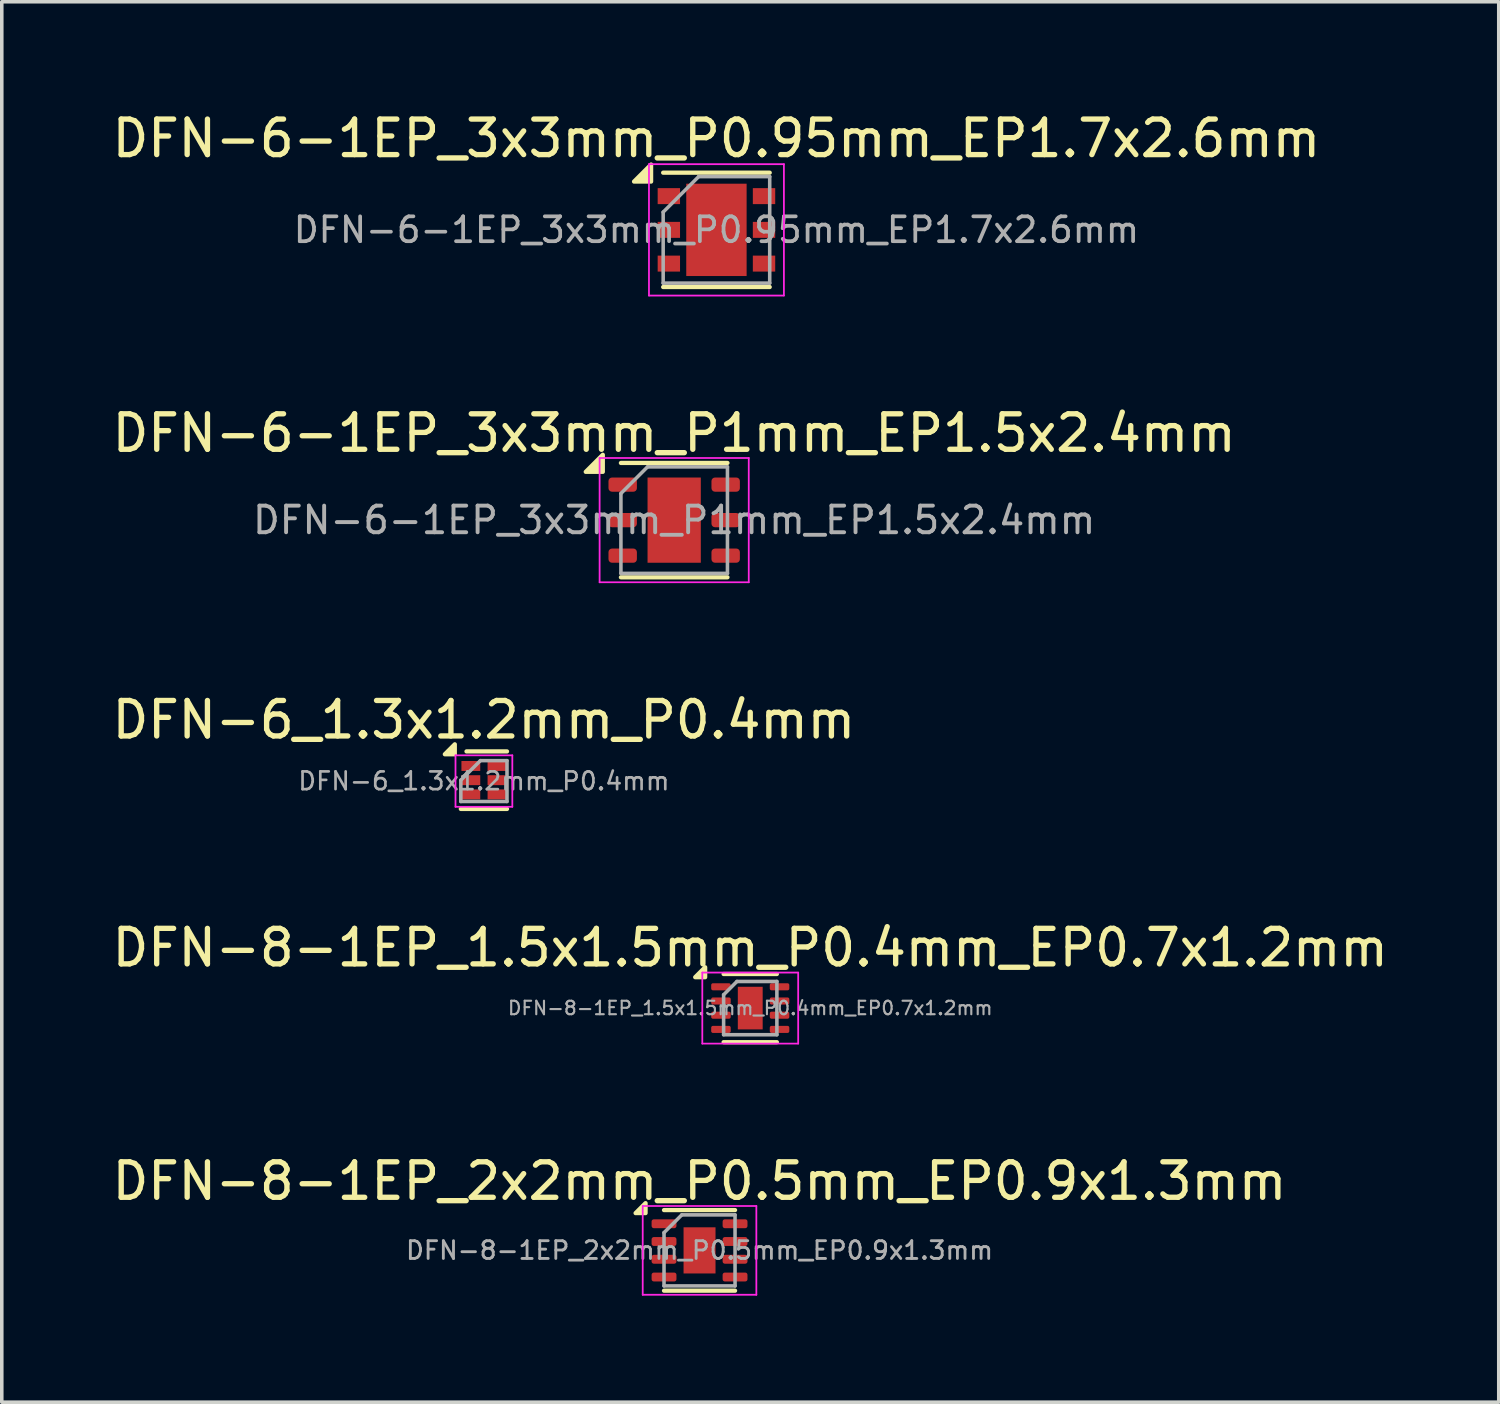
<source format=kicad_pcb>
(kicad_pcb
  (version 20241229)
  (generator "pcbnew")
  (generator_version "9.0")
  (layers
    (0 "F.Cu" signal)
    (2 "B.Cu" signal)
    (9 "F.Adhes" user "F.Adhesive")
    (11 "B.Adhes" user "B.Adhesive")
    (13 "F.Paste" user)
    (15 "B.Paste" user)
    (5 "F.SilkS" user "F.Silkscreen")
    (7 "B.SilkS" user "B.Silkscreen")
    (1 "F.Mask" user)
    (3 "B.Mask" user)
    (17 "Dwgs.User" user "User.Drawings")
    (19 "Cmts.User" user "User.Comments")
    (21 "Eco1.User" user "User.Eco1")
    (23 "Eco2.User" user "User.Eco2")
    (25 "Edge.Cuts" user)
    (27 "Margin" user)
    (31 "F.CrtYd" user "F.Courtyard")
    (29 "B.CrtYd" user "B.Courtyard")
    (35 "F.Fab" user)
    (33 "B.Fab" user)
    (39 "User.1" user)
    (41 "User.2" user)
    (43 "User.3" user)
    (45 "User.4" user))
  (footprint "DFN-6_1.3x1.2mm_P0.4mm"
    (layer "F.Cu")
    (at 10.577 18.92)
    (property "Reference" "DFN-6_1.3x1.2mm_P0.4mm" (at 0 -1.7 0) (layer "F.SilkS") (effects (font (size 1 1) (thickness 0.15))))
    (attr smd)
    (fp_line (start -0.65 0.81) (end 0.65 0.81) (stroke (width 0.12) (type solid)) (layer "F.SilkS"))
    (fp_line (start -0.49 -0.81) (end 0.65 -0.81) (stroke (width 0.12) (type solid)) (layer "F.SilkS"))
    (fp_poly (pts (xy -0.82 -0.73) (xy -1.1 -0.73) (xy -0.82 -1.01) (xy -0.82 -0.73)) (stroke (width 0.12) (type solid)) (fill yes) (layer "F.SilkS"))
    (fp_line (start -0.8 -0.7) (end -0.8 0.75) (stroke (width 0.05) (type solid)) (layer "F.CrtYd"))
    (fp_line (start -0.8 -0.7) (end 0.8 -0.7) (stroke (width 0.05) (type solid)) (layer "F.CrtYd"))
    (fp_line (start 0.8 0.75) (end -0.8 0.75) (stroke (width 0.05) (type solid)) (layer "F.CrtYd"))
    (fp_line (start 0.8 0.75) (end 0.8 -0.7) (stroke (width 0.05) (type solid)) (layer "F.CrtYd"))
    (fp_line (start -0.65 0) (end -0.65 0.6) (stroke (width 0.1) (type solid)) (layer "F.Fab"))
    (fp_line (start -0.65 0.6) (end 0.65 0.6) (stroke (width 0.1) (type solid)) (layer "F.Fab"))
    (fp_line (start -0.1 -0.55) (end -0.65 0) (stroke (width 0.1) (type solid)) (layer "F.Fab"))
    (fp_line (start 0.65 -0.55) (end -0.1 -0.55) (stroke (width 0.1) (type solid)) (layer "F.Fab"))
    (fp_line (start 0.65 0.6) (end 0.65 -0.55) (stroke (width 0.1) (type solid)) (layer "F.Fab"))
    (fp_text user "${REFERENCE}" (at 0 0.025 0) (layer "F.Fab") (effects (font (size 0.5 0.5) (thickness 0.075))))
    (pad "1" smd rect (at -0.368 -0.4) (size 0.53 0.28) (layers "F.Cu" "F.Mask" "F.Paste"))
    (pad "2" smd rect (at -0.368 0) (size 0.53 0.28) (layers "F.Cu" "F.Mask" "F.Paste"))
    (pad "3" smd rect (at -0.368 0.4) (size 0.53 0.28) (layers "F.Cu" "F.Mask" "F.Paste"))
    (pad "4" smd rect (at 0.368 0.4) (size 0.53 0.28) (layers "F.Cu" "F.Mask" "F.Paste"))
    (pad "5" smd rect (at 0.368 0) (size 0.53 0.28) (layers "F.Cu" "F.Mask" "F.Paste"))
    (pad "6" smd rect (at 0.368 -0.4) (size 0.53 0.28) (layers "F.Cu" "F.Mask" "F.Paste")))
  (footprint "DFN-8-1EP_2x2mm_P0.5mm_EP0.9x1.3mm"
    (layer "F.Cu")
    (at 16.649 32.161)
    (property "Reference" "DFN-8-1EP_2x2mm_P0.5mm_EP0.9x1.3mm" (at 0 -1.95 0) (layer "F.SilkS") (effects (font (size 1 1) (thickness 0.15))))
    (attr smd)
    (fp_line (start -1 -1.135) (end 1 -1.135) (stroke (width 0.12) (type solid)) (layer "F.SilkS"))
    (fp_line (start -1 1.135) (end 1 1.135) (stroke (width 0.12) (type solid)) (layer "F.SilkS"))
    (fp_poly (pts (xy -1.52 -1.05) (xy -1.8 -1.05) (xy -1.52 -1.33) (xy -1.52 -1.05)) (stroke (width 0.12) (type solid)) (fill yes) (layer "F.SilkS"))
    (fp_line (start -1.6 -1.25) (end -1.6 1.25) (stroke (width 0.05) (type solid)) (layer "F.CrtYd"))
    (fp_line (start -1.6 1.25) (end 1.6 1.25) (stroke (width 0.05) (type solid)) (layer "F.CrtYd"))
    (fp_line (start 1.6 -1.25) (end -1.6 -1.25) (stroke (width 0.05) (type solid)) (layer "F.CrtYd"))
    (fp_line (start 1.6 1.25) (end 1.6 -1.25) (stroke (width 0.05) (type solid)) (layer "F.CrtYd"))
    (fp_line (start -1 -0.5) (end -0.5 -1) (stroke (width 0.1) (type solid)) (layer "F.Fab"))
    (fp_line (start -1 1) (end -1 -0.5) (stroke (width 0.1) (type solid)) (layer "F.Fab"))
    (fp_line (start -0.5 -1) (end 1 -1) (stroke (width 0.1) (type solid)) (layer "F.Fab"))
    (fp_line (start 1 -1) (end 1 1) (stroke (width 0.1) (type solid)) (layer "F.Fab"))
    (fp_line (start 1 1) (end -1 1) (stroke (width 0.1) (type solid)) (layer "F.Fab"))
    (fp_text user "${REFERENCE}" (at 0 0 0) (layer "F.Fab") (effects (font (size 0.5 0.5) (thickness 0.08))))
    (pad "" smd roundrect (at -0.225 -0.325) (size 0.36 0.52) (layers "F.Paste") (roundrect_rratio 0.25))
    (pad "" smd roundrect (at -0.225 0.325) (size 0.36 0.52) (layers "F.Paste") (roundrect_rratio 0.25))
    (pad "" smd roundrect (at 0.225 -0.325) (size 0.36 0.52) (layers "F.Paste") (roundrect_rratio 0.25))
    (pad "" smd roundrect (at 0.225 0.325) (size 0.36 0.52) (layers "F.Paste") (roundrect_rratio 0.25))
    (pad "1" smd roundrect (at -1 -0.75) (size 0.7 0.25) (layers "F.Cu" "F.Mask" "F.Paste") (roundrect_rratio 0.25))
    (pad "2" smd roundrect (at -1 -0.25) (size 0.7 0.25) (layers "F.Cu" "F.Mask" "F.Paste") (roundrect_rratio 0.25))
    (pad "3" smd roundrect (at -1 0.25) (size 0.7 0.25) (layers "F.Cu" "F.Mask" "F.Paste") (roundrect_rratio 0.25))
    (pad "4" smd roundrect (at -1 0.75) (size 0.7 0.25) (layers "F.Cu" "F.Mask" "F.Paste") (roundrect_rratio 0.25))
    (pad "5" smd roundrect (at 1 0.75) (size 0.7 0.25) (layers "F.Cu" "F.Mask" "F.Paste") (roundrect_rratio 0.25))
    (pad "6" smd roundrect (at 1 0.25) (size 0.7 0.25) (layers "F.Cu" "F.Mask" "F.Paste") (roundrect_rratio 0.25))
    (pad "7" smd roundrect (at 1 -0.25) (size 0.7 0.25) (layers "F.Cu" "F.Mask" "F.Paste") (roundrect_rratio 0.25))
    (pad "8" smd roundrect (at 1 -0.75) (size 0.7 0.25) (layers "F.Cu" "F.Mask" "F.Paste") (roundrect_rratio 0.25))
    (pad "9" smd rect (at 0 0) (size 0.9 1.3) (property pad_prop_heatsink) (layers "F.Cu" "F.Mask")))
  (footprint "DFN-6-1EP_3x3mm_P0.95mm_EP1.7x2.6mm"
    (layer "F.Cu")
    (at 17.125 3.423)
    (property "Reference" "DFN-6-1EP_3x3mm_P0.95mm_EP1.7x2.6mm" (at 0 -2.575 0) (layer "F.SilkS") (effects (font (size 1 1) (thickness 0.15))))
    (attr smd)
    (fp_line (start -1.5 -1.61) (end 1.5 -1.61) (stroke (width 0.12) (type solid)) (layer "F.SilkS"))
    (fp_line (start -1.5 1.61) (end 1.5 1.61) (stroke (width 0.12) (type solid)) (layer "F.SilkS"))
    (fp_poly (pts (xy -1.84 -1.36) (xy -2.32 -1.36) (xy -1.84 -1.84) (xy -1.84 -1.36)) (stroke (width 0.12) (type solid)) (fill yes) (layer "F.SilkS"))
    (fp_line (start -1.9 -1.85) (end -1.9 1.85) (stroke (width 0.05) (type solid)) (layer "F.CrtYd"))
    (fp_line (start -1.9 -1.85) (end 1.9 -1.85) (stroke (width 0.05) (type solid)) (layer "F.CrtYd"))
    (fp_line (start -1.9 1.85) (end 1.9 1.85) (stroke (width 0.05) (type solid)) (layer "F.CrtYd"))
    (fp_line (start 1.9 -1.85) (end 1.9 1.85) (stroke (width 0.05) (type solid)) (layer "F.CrtYd"))
    (fp_line (start -1.5 -0.5) (end -0.5 -1.5) (stroke (width 0.1) (type solid)) (layer "F.Fab"))
    (fp_line (start -1.5 1.5) (end -1.5 -0.5) (stroke (width 0.1) (type solid)) (layer "F.Fab"))
    (fp_line (start -0.5 -1.5) (end 1.5 -1.5) (stroke (width 0.1) (type solid)) (layer "F.Fab"))
    (fp_line (start 1.5 -1.5) (end 1.5 1.5) (stroke (width 0.1) (type solid)) (layer "F.Fab"))
    (fp_line (start 1.5 1.5) (end -1.5 1.5) (stroke (width 0.1) (type solid)) (layer "F.Fab"))
    (fp_text user "${REFERENCE}" (at 0 0 0) (layer "F.Fab") (effects (font (size 0.7 0.7) (thickness 0.105))))
    (pad "" smd rect (at -0.425 -0.866) (size 0.66 0.73) (layers "F.Paste"))
    (pad "" smd rect (at -0.425 0) (size 0.66 0.73) (layers "F.Paste"))
    (pad "" smd rect (at -0.425 0.866) (size 0.66 0.73) (layers "F.Paste"))
    (pad "" smd rect (at 0.425 -0.866) (size 0.66 0.73) (layers "F.Paste"))
    (pad "" smd rect (at 0.425 0) (size 0.66 0.73) (layers "F.Paste"))
    (pad "" smd rect (at 0.425 0.866) (size 0.66 0.73) (layers "F.Paste"))
    (pad "1" smd rect (at -1.34 -0.95) (size 0.63 0.45) (layers "F.Cu" "F.Mask" "F.Paste"))
    (pad "2" smd rect (at -1.34 0) (size 0.63 0.45) (layers "F.Cu" "F.Mask" "F.Paste"))
    (pad "3" smd rect (at -1.34 0.95) (size 0.63 0.45) (layers "F.Cu" "F.Mask" "F.Paste"))
    (pad "4" smd rect (at 1.34 0.95) (size 0.63 0.45) (layers "F.Cu" "F.Mask" "F.Paste"))
    (pad "5" smd rect (at 1.34 0) (size 0.63 0.45) (layers "F.Cu" "F.Mask" "F.Paste"))
    (pad "6" smd rect (at 1.34 -0.95) (size 0.63 0.45) (layers "F.Cu" "F.Mask" "F.Paste"))
    (pad "7" smd rect (at 0 0) (size 1.7 2.6) (layers "F.Cu" "F.Mask")))
  (footprint "DFN-6-1EP_3x3mm_P1mm_EP1.5x2.4mm"
    (layer "F.Cu")
    (at 15.935 11.597)
    (property "Reference" "DFN-6-1EP_3x3mm_P1mm_EP1.5x2.4mm" (at 0 -2.45 0) (layer "F.SilkS") (effects (font (size 1 1) (thickness 0.15))))
    (attr smd)
    (fp_line (start -1.5 -1.61) (end 1.5 -1.61) (stroke (width 0.12) (type solid)) (layer "F.SilkS"))
    (fp_line (start -1.5 1.61) (end 1.5 1.61) (stroke (width 0.12) (type solid)) (layer "F.SilkS"))
    (fp_poly (pts (xy -2.01 -1.36) (xy -2.49 -1.36) (xy -2.01 -1.84) (xy -2.01 -1.36)) (stroke (width 0.12) (type solid)) (fill yes) (layer "F.SilkS"))
    (fp_line (start -2.1 -1.75) (end -2.1 1.75) (stroke (width 0.05) (type solid)) (layer "F.CrtYd"))
    (fp_line (start -2.1 1.75) (end 2.1 1.75) (stroke (width 0.05) (type solid)) (layer "F.CrtYd"))
    (fp_line (start 2.1 -1.75) (end -2.1 -1.75) (stroke (width 0.05) (type solid)) (layer "F.CrtYd"))
    (fp_line (start 2.1 1.75) (end 2.1 -1.75) (stroke (width 0.05) (type solid)) (layer "F.CrtYd"))
    (fp_line (start -1.5 -0.75) (end -0.75 -1.5) (stroke (width 0.1) (type solid)) (layer "F.Fab"))
    (fp_line (start -1.5 1.5) (end -1.5 -0.75) (stroke (width 0.1) (type solid)) (layer "F.Fab"))
    (fp_line (start -0.75 -1.5) (end 1.5 -1.5) (stroke (width 0.1) (type solid)) (layer "F.Fab"))
    (fp_line (start 1.5 -1.5) (end 1.5 1.5) (stroke (width 0.1) (type solid)) (layer "F.Fab"))
    (fp_line (start 1.5 1.5) (end -1.5 1.5) (stroke (width 0.1) (type solid)) (layer "F.Fab"))
    (fp_text user "${REFERENCE}" (at 0 0 0) (layer "F.Fab") (effects (font (size 0.75 0.75) (thickness 0.11))))
    (pad "" smd roundrect (at -0.375 -0.6) (size 0.6 0.97) (layers "F.Paste") (roundrect_rratio 0.25))
    (pad "" smd roundrect (at -0.375 0.6) (size 0.6 0.97) (layers "F.Paste") (roundrect_rratio 0.25))
    (pad "" smd roundrect (at 0.375 -0.6) (size 0.6 0.97) (layers "F.Paste") (roundrect_rratio 0.25))
    (pad "" smd roundrect (at 0.375 0.6) (size 0.6 0.97) (layers "F.Paste") (roundrect_rratio 0.25))
    (pad "1" smd roundrect (at -1.45 -1) (size 0.8 0.4) (layers "F.Cu" "F.Mask" "F.Paste") (roundrect_rratio 0.25))
    (pad "2" smd roundrect (at -1.45 0) (size 0.8 0.4) (layers "F.Cu" "F.Mask" "F.Paste") (roundrect_rratio 0.25))
    (pad "3" smd roundrect (at -1.45 1) (size 0.8 0.4) (layers "F.Cu" "F.Mask" "F.Paste") (roundrect_rratio 0.25))
    (pad "4" smd roundrect (at 1.45 1) (size 0.8 0.4) (layers "F.Cu" "F.Mask" "F.Paste") (roundrect_rratio 0.25))
    (pad "5" smd roundrect (at 1.45 0) (size 0.8 0.4) (layers "F.Cu" "F.Mask" "F.Paste") (roundrect_rratio 0.25))
    (pad "6" smd roundrect (at 1.45 -1) (size 0.8 0.4) (layers "F.Cu" "F.Mask" "F.Paste") (roundrect_rratio 0.25))
    (pad "7" smd rect (at 0 0) (size 1.5 2.4) (property pad_prop_heatsink) (layers "F.Cu" "F.Mask")))
  (footprint "DFN-8-1EP_1.5x1.5mm_P0.4mm_EP0.7x1.2mm"
    (layer "F.Cu")
    (at 18.077 25.338)
    (property "Reference" "DFN-8-1EP_1.5x1.5mm_P0.4mm_EP0.7x1.2mm" (at 0 -1.7 0) (layer "F.SilkS") (effects (font (size 1 1) (thickness 0.15))))
    (attr smd)
    (fp_line (start -0.75 -0.96) (end 0.75 -0.96) (stroke (width 0.12) (type solid)) (layer "F.SilkS"))
    (fp_line (start -0.75 0.96) (end 0.75 0.96) (stroke (width 0.12) (type solid)) (layer "F.SilkS"))
    (fp_poly (pts (xy -1.27 -0.87) (xy -1.55 -0.87) (xy -1.27 -1.15) (xy -1.27 -0.87)) (stroke (width 0.12) (type solid)) (fill yes) (layer "F.SilkS"))
    (fp_line (start -1.35 -1) (end -1.35 1) (stroke (width 0.05) (type solid)) (layer "F.CrtYd"))
    (fp_line (start -1.35 1) (end 1.35 1) (stroke (width 0.05) (type solid)) (layer "F.CrtYd"))
    (fp_line (start 1.35 -1) (end -1.35 -1) (stroke (width 0.05) (type solid)) (layer "F.CrtYd"))
    (fp_line (start 1.35 1) (end 1.35 -1) (stroke (width 0.05) (type solid)) (layer "F.CrtYd"))
    (fp_line (start -0.75 -0.375) (end -0.375 -0.75) (stroke (width 0.1) (type solid)) (layer "F.Fab"))
    (fp_line (start -0.75 0.75) (end -0.75 -0.375) (stroke (width 0.1) (type solid)) (layer "F.Fab"))
    (fp_line (start -0.375 -0.75) (end 0.75 -0.75) (stroke (width 0.1) (type solid)) (layer "F.Fab"))
    (fp_line (start 0.75 -0.75) (end 0.75 0.75) (stroke (width 0.1) (type solid)) (layer "F.Fab"))
    (fp_line (start 0.75 0.75) (end -0.75 0.75) (stroke (width 0.1) (type solid)) (layer "F.Fab"))
    (fp_text user "${REFERENCE}" (at 0 0 0) (layer "F.Fab") (effects (font (size 0.38 0.38) (thickness 0.06))))
    (pad "" smd roundrect (at -0.175 -0.3) (size 0.28 0.48) (layers "F.Paste") (roundrect_rratio 0.25))
    (pad "" smd roundrect (at -0.175 0.3) (size 0.28 0.48) (layers "F.Paste") (roundrect_rratio 0.25))
    (pad "" smd roundrect (at 0.175 -0.3) (size 0.28 0.48) (layers "F.Paste") (roundrect_rratio 0.25))
    (pad "" smd roundrect (at 0.175 0.3) (size 0.28 0.48) (layers "F.Paste") (roundrect_rratio 0.25))
    (pad "1" smd roundrect (at -0.825 -0.6) (size 0.55 0.2) (layers "F.Cu" "F.Mask" "F.Paste") (roundrect_rratio 0.25))
    (pad "2" smd roundrect (at -0.825 -0.2) (size 0.55 0.2) (layers "F.Cu" "F.Mask" "F.Paste") (roundrect_rratio 0.25))
    (pad "3" smd roundrect (at -0.825 0.2) (size 0.55 0.2) (layers "F.Cu" "F.Mask" "F.Paste") (roundrect_rratio 0.25))
    (pad "4" smd roundrect (at -0.825 0.6) (size 0.55 0.2) (layers "F.Cu" "F.Mask" "F.Paste") (roundrect_rratio 0.25))
    (pad "5" smd roundrect (at 0.825 0.6) (size 0.55 0.2) (layers "F.Cu" "F.Mask" "F.Paste") (roundrect_rratio 0.25))
    (pad "6" smd roundrect (at 0.825 0.2) (size 0.55 0.2) (layers "F.Cu" "F.Mask" "F.Paste") (roundrect_rratio 0.25))
    (pad "7" smd roundrect (at 0.825 -0.2) (size 0.55 0.2) (layers "F.Cu" "F.Mask" "F.Paste") (roundrect_rratio 0.25))
    (pad "8" smd roundrect (at 0.825 -0.6) (size 0.55 0.2) (layers "F.Cu" "F.Mask" "F.Paste") (roundrect_rratio 0.25))
    (pad "9" smd rect (at 0 0) (size 0.7 1.2) (property pad_prop_heatsink) (layers "F.Cu" "F.Mask")))
  (gr_rect
    (start -3 -3)
    (end 39.155 36.436)
    (stroke (width 0.1) (type default))
    (fill no)
    (layer "Edge.Cuts")))
</source>
